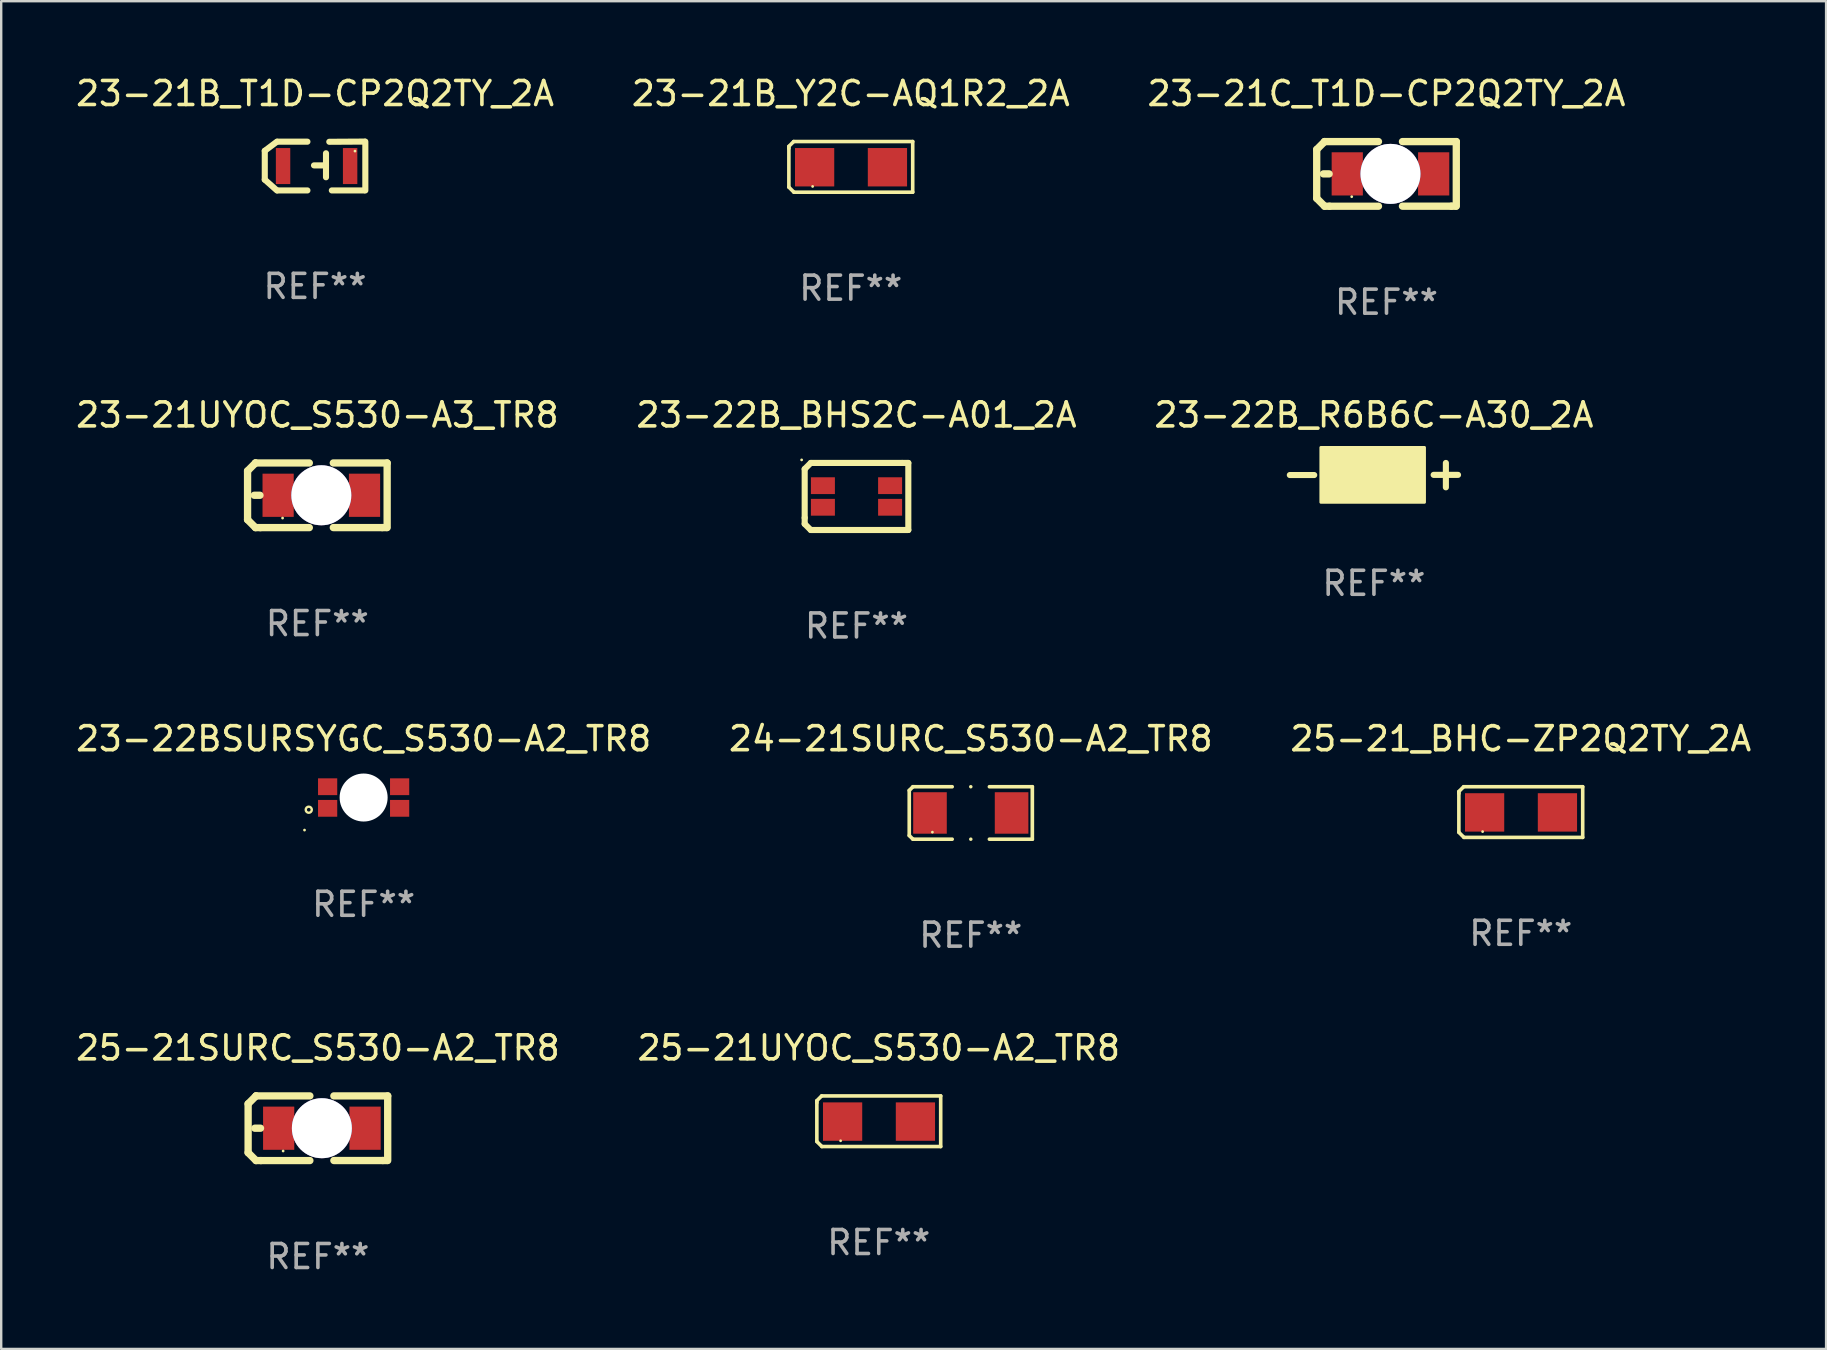
<source format=kicad_pcb>
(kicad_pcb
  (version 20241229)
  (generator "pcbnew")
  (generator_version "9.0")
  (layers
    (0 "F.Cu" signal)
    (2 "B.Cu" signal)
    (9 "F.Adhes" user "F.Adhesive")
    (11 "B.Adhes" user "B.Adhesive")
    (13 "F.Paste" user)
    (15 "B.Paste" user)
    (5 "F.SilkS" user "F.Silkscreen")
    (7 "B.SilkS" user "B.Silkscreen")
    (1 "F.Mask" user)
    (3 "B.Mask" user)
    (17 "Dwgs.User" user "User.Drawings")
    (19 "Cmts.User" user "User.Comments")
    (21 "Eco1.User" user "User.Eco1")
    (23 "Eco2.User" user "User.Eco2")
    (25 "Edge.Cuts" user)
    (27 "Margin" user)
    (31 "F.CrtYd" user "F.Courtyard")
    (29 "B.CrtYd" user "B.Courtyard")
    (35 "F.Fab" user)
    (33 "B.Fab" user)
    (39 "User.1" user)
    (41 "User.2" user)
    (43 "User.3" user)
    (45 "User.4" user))
  (footprint "24-21SURC_S530-A2_TR8"
    (layer "F.Cu")
    (at 37.399 30.823)
    (property "Reference" "24-21SURC_S530-A2_TR8" (at 0 -3.093 0) (layer "F.SilkS") (effects (font (size 1 1) (thickness 0.15))))
    (attr through_hole)
    (fp_line (start -2.564 -0.94) (end -2.411 -1.093) (stroke (width 0.152) (type solid)) (layer "F.SilkS"))
    (fp_line (start -2.564 0.94) (end -2.564 -0.94) (stroke (width 0.152) (type solid)) (layer "F.SilkS"))
    (fp_line (start -2.411 -1.093) (end -0.776 -1.093) (stroke (width 0.152) (type solid)) (layer "F.SilkS"))
    (fp_line (start -2.411 1.093) (end -2.564 0.94) (stroke (width 0.152) (type solid)) (layer "F.SilkS"))
    (fp_line (start -0.776 1.093) (end -2.411 1.093) (stroke (width 0.152) (type solid)) (layer "F.SilkS"))
    (fp_line (start 0.776 1.093) (end 2.564 1.093) (stroke (width 0.152) (type solid)) (layer "F.SilkS"))
    (fp_line (start 2.564 -1.093) (end 0.776 -1.093) (stroke (width 0.152) (type solid)) (layer "F.SilkS"))
    (fp_line (start 2.564 1.093) (end 2.564 -1.093) (stroke (width 0.152) (type solid)) (layer "F.SilkS"))
    (fp_circle (center -1.6 0.8) (end -1.57 0.8) (stroke (width 0.06) (type solid)) (fill no) (layer "F.SilkS"))
    (fp_circle (center 0 -1.093) (end 0.038 -1.093) (stroke (width 0.076) (type solid)) (fill no) (layer "F.SilkS"))
    (fp_circle (center 0 1.093) (end 0.038 1.093) (stroke (width 0.076) (type solid)) (fill no) (layer "F.SilkS"))
    (fp_text user "REF**" (at 0 5.093 0) (layer "F.Fab") (effects (font (size 1 1) (thickness 0.15))))
    (pad "1" smd rect (at -1.7 0) (size 1.4 1.728) (layers "F.Cu" "F.Mask" "F.Paste"))
    (pad "2" smd rect (at 1.7 0) (size 1.4 1.728) (layers "F.Cu" "F.Mask" "F.Paste")))
  (footprint "23-22B_R6B6C-A30_2A"
    (layer "F.Cu")
    (at 54.196 16.747)
    (property "Reference" "23-22B_R6B6C-A30_2A" (at 0 -2.508 0) (layer "F.SilkS") (effects (font (size 1 1) (thickness 0.15))))
    (attr through_hole)
    (fp_line (start -3.504 -0.004) (end -2.488 -0.004) (stroke (width 0.254) (type solid)) (layer "F.SilkS"))
    (fp_line (start 2.488 -0.011) (end 3.504 -0.011) (stroke (width 0.254) (type solid)) (layer "F.SilkS"))
    (fp_line (start 2.998 0.508) (end 2.998 -0.508) (stroke (width 0.254) (type solid)) (layer "F.SilkS"))
    (fp_circle (center 1.548 0.614) (end 1.578 0.614) (stroke (width 0.06) (type solid)) (fill no) (layer "F.SilkS"))
    (fp_poly (pts (xy -2.211 -1.154) (xy 2.107 -1.154) (xy 2.107 1.132) (xy -2.211 1.132)) (stroke (width 0.12) (type solid)) (fill yes) (layer "F.SilkS"))
    (fp_text user "REF**" (at 0 4.508 0) (layer "F.Fab") (effects (font (size 1 1) (thickness 0.15))))
    (pad "1" smd rect (at 1.373 0.419) (size 0.85 0.62) (layers "F.Cu" "F.Mask" "F.Paste"))
    (pad "2" smd rect (at -1.477 0.419) (size 0.85 0.62) (layers "F.Cu" "F.Mask" "F.Paste"))
    (pad "3" smd rect (at 1.373 -0.441) (size 0.85 0.62) (layers "F.Cu" "F.Mask" "F.Paste"))
    (pad "4" smd rect (at -1.477 -0.441) (size 0.85 0.62) (layers "F.Cu" "F.Mask" "F.Paste")))
  (footprint "25-21SURC_S530-A2_TR8"
    (layer "F.Cu")
    (at 10.196 43.959)
    (property "Reference" "25-21SURC_S530-A2_TR8" (at 0 -3.347 0) (layer "F.SilkS") (effects (font (size 1 1) (thickness 0.15))))
    (attr through_hole)
    (fp_line (start -2.908 -1.017) (end -2.908 1.017) (stroke (width 0.305) (type solid)) (layer "F.SilkS"))
    (fp_line (start -2.908 1.017) (end -2.578 1.347) (stroke (width 0.305) (type solid)) (layer "F.SilkS"))
    (fp_line (start -2.629 -0.001) (end -2.391 -0.001) (stroke (width 0.305) (type solid)) (layer "F.SilkS"))
    (fp_line (start -2.578 -1.347) (end -2.908 -1.017) (stroke (width 0.305) (type solid)) (layer "F.SilkS"))
    (fp_line (start -2.578 -1.347) (end -2.578 -1.347) (stroke (width 0.305) (type solid)) (layer "F.SilkS"))
    (fp_line (start -2.578 -1.347) (end -0.335 -1.347) (stroke (width 0.305) (type solid)) (layer "F.SilkS"))
    (fp_line (start -2.578 1.347) (end -2.375 1.347) (stroke (width 0.305) (type solid)) (layer "F.SilkS"))
    (fp_line (start -2.375 1.347) (end -0.335 1.347) (stroke (width 0.305) (type solid)) (layer "F.SilkS"))
    (fp_line (start 0.394 -0.678) (end 0.394 0.642) (stroke (width 0.305) (type solid)) (layer "F.SilkS"))
    (fp_line (start 0.394 -0.001) (end -0.343 -0.001) (stroke (width 0.305) (type solid)) (layer "F.SilkS"))
    (fp_line (start 2.705 1.345) (end 0.665 1.345) (stroke (width 0.305) (type solid)) (layer "F.SilkS"))
    (fp_line (start 2.883 1.345) (end 2.705 1.345) (stroke (width 0.305) (type solid)) (layer "F.SilkS"))
    (fp_line (start 2.908 -1.347) (end 0.665 -1.347) (stroke (width 0.305) (type solid)) (layer "F.SilkS"))
    (fp_line (start 2.908 -1.347) (end 2.908 1.345) (stroke (width 0.305) (type solid)) (layer "F.SilkS"))
    (fp_circle (center -1.449 0.949) (end -1.419 0.949) (stroke (width 0.06) (type solid)) (fill no) (layer "F.SilkS"))
    (fp_text user "REF**" (at 0 5.347 0) (layer "F.Fab") (effects (font (size 1 1) (thickness 0.15))))
    (pad "1" smd rect (at -1.635 -0.001 180) (size 1.3 1.8) (layers "F.Cu" "F.Mask" "F.Paste"))
    (pad "2" smd rect (at 1.965 -0.001) (size 1.3 1.8) (layers "F.Cu" "F.Mask" "F.Paste"))
    (pad "3" thru_hole circle (at 0.165 -0.001) (size 2.5 2.5) (drill 2.5) (layers "*.Cu" "*.Mask")))
  (footprint "23-21C_T1D-CP2Q2TY_2A"
    (layer "F.Cu")
    (at 54.72 4.196)
    (property "Reference" "23-21C_T1D-CP2Q2TY_2A" (at 0 -3.347 0) (layer "F.SilkS") (effects (font (size 1 1) (thickness 0.15))))
    (attr through_hole)
    (fp_line (start -2.908 -1.017) (end -2.908 1.017) (stroke (width 0.305) (type solid)) (layer "F.SilkS"))
    (fp_line (start -2.908 1.017) (end -2.578 1.347) (stroke (width 0.305) (type solid)) (layer "F.SilkS"))
    (fp_line (start -2.629 -0.001) (end -2.391 -0.001) (stroke (width 0.305) (type solid)) (layer "F.SilkS"))
    (fp_line (start -2.578 -1.347) (end -2.908 -1.017) (stroke (width 0.305) (type solid)) (layer "F.SilkS"))
    (fp_line (start -2.578 -1.347) (end -2.578 -1.347) (stroke (width 0.305) (type solid)) (layer "F.SilkS"))
    (fp_line (start -2.578 -1.347) (end -0.335 -1.347) (stroke (width 0.305) (type solid)) (layer "F.SilkS"))
    (fp_line (start -2.578 1.347) (end -2.375 1.347) (stroke (width 0.305) (type solid)) (layer "F.SilkS"))
    (fp_line (start -2.375 1.347) (end -0.335 1.347) (stroke (width 0.305) (type solid)) (layer "F.SilkS"))
    (fp_line (start 0.394 -0.678) (end 0.394 0.642) (stroke (width 0.305) (type solid)) (layer "F.SilkS"))
    (fp_line (start 0.394 -0.001) (end -0.343 -0.001) (stroke (width 0.305) (type solid)) (layer "F.SilkS"))
    (fp_line (start 2.705 1.345) (end 0.665 1.345) (stroke (width 0.305) (type solid)) (layer "F.SilkS"))
    (fp_line (start 2.883 1.345) (end 2.705 1.345) (stroke (width 0.305) (type solid)) (layer "F.SilkS"))
    (fp_line (start 2.908 -1.347) (end 0.665 -1.347) (stroke (width 0.305) (type solid)) (layer "F.SilkS"))
    (fp_line (start 2.908 -1.347) (end 2.908 1.345) (stroke (width 0.305) (type solid)) (layer "F.SilkS"))
    (fp_circle (center -1.449 0.949) (end -1.419 0.949) (stroke (width 0.06) (type solid)) (fill no) (layer "F.SilkS"))
    (fp_text user "REF**" (at 0 5.347 0) (layer "F.Fab") (effects (font (size 1 1) (thickness 0.15))))
    (pad "1" smd rect (at -1.635 -0.001 180) (size 1.3 1.8) (layers "F.Cu" "F.Mask" "F.Paste"))
    (pad "2" smd rect (at 1.965 -0.001) (size 1.3 1.8) (layers "F.Cu" "F.Mask" "F.Paste"))
    (pad "3" thru_hole circle (at 0.165 -0.001) (size 2.5 2.5) (drill 2.5) (layers "*.Cu" "*.Mask")))
  (footprint "23-21B_T1D-CP2Q2TY_2A"
    (layer "F.Cu")
    (at 10.077 3.867)
    (property "Reference" "23-21B_T1D-CP2Q2TY_2A" (at 0 -3.018 0) (layer "F.SilkS") (effects (font (size 1 1) (thickness 0.15))))
    (attr through_hole)
    (fp_line (start -2.095 -0.633) (end -2.095 0.568) (stroke (width 0.254) (type solid)) (layer "F.SilkS"))
    (fp_line (start -1.588 -1.014) (end -2.095 -0.633) (stroke (width 0.254) (type solid)) (layer "F.SilkS"))
    (fp_line (start -1.588 1.018) (end -2.095 0.568) (stroke (width 0.254) (type solid)) (layer "F.SilkS"))
    (fp_line (start -0.318 -1.014) (end -1.568 -1.014) (stroke (width 0.254) (type solid)) (layer "F.SilkS"))
    (fp_line (start -0.318 1.018) (end -1.568 1.018) (stroke (width 0.254) (type solid)) (layer "F.SilkS"))
    (fp_line (start 0.456 -0.531) (end 0.456 0.469) (stroke (width 0.254) (type solid)) (layer "F.SilkS"))
    (fp_line (start 0.456 -0.026) (end -0.044 -0.026) (stroke (width 0.254) (type solid)) (layer "F.SilkS"))
    (fp_line (start 0.593 -1.009) (end 2.074 -1.018) (stroke (width 0.254) (type solid)) (layer "F.SilkS"))
    (fp_line (start 0.699 1.018) (end 2.039 1.018) (stroke (width 0.254) (type solid)) (layer "F.SilkS"))
    (fp_line (start 2.095 -1.014) (end 2.095 1.018) (stroke (width 0.254) (type solid)) (layer "F.SilkS"))
    (fp_circle (center 1.664 -0.622) (end 1.694 -0.622) (stroke (width 0.06) (type solid)) (fill no) (layer "F.SilkS"))
    (fp_text user "REF**" (at 0 5.018 0) (layer "F.Fab") (effects (font (size 1 1) (thickness 0.15))))
    (pad "1" smd rect (at 1.461 0.002 90) (size 1.5 0.6) (layers "F.Cu" "F.Mask" "F.Paste"))
    (pad "2" smd rect (at -1.333 0.002 90) (size 1.5 0.6) (layers "F.Cu" "F.Mask" "F.Paste")))
  (footprint "23-22B_BHS2C-A01_2A"
    (layer "F.Cu")
    (at 32.637 17.636)
    (property "Reference" "23-22B_BHS2C-A01_2A" (at 0 -3.397 0) (layer "F.SilkS") (effects (font (size 1 1) (thickness 0.15))))
    (attr through_hole)
    (fp_line (start -2.159 -1.143) (end -2.159 0.889) (stroke (width 0.254) (type solid)) (layer "F.SilkS"))
    (fp_line (start -2.159 0.889) (end -2.159 1.143) (stroke (width 0.254) (type solid)) (layer "F.SilkS"))
    (fp_line (start -2.159 1.143) (end -1.905 1.397) (stroke (width 0.254) (type solid)) (layer "F.SilkS"))
    (fp_line (start -1.905 -1.397) (end -2.159 -1.143) (stroke (width 0.254) (type solid)) (layer "F.SilkS"))
    (fp_line (start -1.905 1.397) (end 2.159 1.397) (stroke (width 0.254) (type solid)) (layer "F.SilkS"))
    (fp_line (start 1.905 -1.397) (end -1.905 -1.397) (stroke (width 0.254) (type solid)) (layer "F.SilkS"))
    (fp_line (start 2.159 -1.397) (end 1.905 -1.397) (stroke (width 0.254) (type solid)) (layer "F.SilkS"))
    (fp_line (start 2.159 1.397) (end 2.159 -1.397) (stroke (width 0.254) (type solid)) (layer "F.SilkS"))
    (fp_circle (center -2.286 -1.524) (end -2.256 -1.524) (stroke (width 0.06) (type solid)) (fill no) (layer "F.SilkS"))
    (fp_text user "REF**" (at 0 5.397 0) (layer "F.Fab") (effects (font (size 1 1) (thickness 0.15))))
    (pad "1" smd rect (at -1.4 -0.45) (size 1 0.7) (layers "F.Cu" "F.Mask" "F.Paste"))
    (pad "2" smd rect (at -1.4 0.45) (size 1 0.7) (layers "F.Cu" "F.Mask" "F.Paste"))
    (pad "3" smd rect (at 1.4 0.45) (size 1 0.7) (layers "F.Cu" "F.Mask" "F.Paste"))
    (pad "4" smd rect (at 1.4 -0.45) (size 1 0.7) (layers "F.Cu" "F.Mask" "F.Paste")))
  (footprint "23-21UYOC_S530-A3_TR8"
    (layer "F.Cu")
    (at 10.173 17.587)
    (property "Reference" "23-21UYOC_S530-A3_TR8" (at 0 -3.347 0) (layer "F.SilkS") (effects (font (size 1 1) (thickness 0.15))))
    (attr through_hole)
    (fp_line (start -2.908 -1.017) (end -2.908 1.017) (stroke (width 0.305) (type solid)) (layer "F.SilkS"))
    (fp_line (start -2.908 1.017) (end -2.578 1.347) (stroke (width 0.305) (type solid)) (layer "F.SilkS"))
    (fp_line (start -2.629 -0.001) (end -2.391 -0.001) (stroke (width 0.305) (type solid)) (layer "F.SilkS"))
    (fp_line (start -2.578 -1.347) (end -2.908 -1.017) (stroke (width 0.305) (type solid)) (layer "F.SilkS"))
    (fp_line (start -2.578 -1.347) (end -2.578 -1.347) (stroke (width 0.305) (type solid)) (layer "F.SilkS"))
    (fp_line (start -2.578 -1.347) (end -0.335 -1.347) (stroke (width 0.305) (type solid)) (layer "F.SilkS"))
    (fp_line (start -2.578 1.347) (end -2.375 1.347) (stroke (width 0.305) (type solid)) (layer "F.SilkS"))
    (fp_line (start -2.375 1.347) (end -0.335 1.347) (stroke (width 0.305) (type solid)) (layer "F.SilkS"))
    (fp_line (start 0.394 -0.678) (end 0.394 0.642) (stroke (width 0.305) (type solid)) (layer "F.SilkS"))
    (fp_line (start 0.394 -0.001) (end -0.343 -0.001) (stroke (width 0.305) (type solid)) (layer "F.SilkS"))
    (fp_line (start 2.705 1.345) (end 0.665 1.345) (stroke (width 0.305) (type solid)) (layer "F.SilkS"))
    (fp_line (start 2.883 1.345) (end 2.705 1.345) (stroke (width 0.305) (type solid)) (layer "F.SilkS"))
    (fp_line (start 2.908 -1.347) (end 0.665 -1.347) (stroke (width 0.305) (type solid)) (layer "F.SilkS"))
    (fp_line (start 2.908 -1.347) (end 2.908 1.345) (stroke (width 0.305) (type solid)) (layer "F.SilkS"))
    (fp_circle (center -1.449 0.949) (end -1.419 0.949) (stroke (width 0.06) (type solid)) (fill no) (layer "F.SilkS"))
    (fp_text user "REF**" (at 0 5.347 0) (layer "F.Fab") (effects (font (size 1 1) (thickness 0.15))))
    (pad "1" smd rect (at -1.635 -0.001 180) (size 1.3 1.8) (layers "F.Cu" "F.Mask" "F.Paste"))
    (pad "2" smd rect (at 1.965 -0.001) (size 1.3 1.8) (layers "F.Cu" "F.Mask" "F.Paste"))
    (pad "3" thru_hole circle (at 0.165 -0.001) (size 2.5 2.5) (drill 2.5) (layers "*.Cu" "*.Mask")))
  (footprint "23-22BSURSYGC_S530-A2_TR8"
    (layer "F.Cu")
    (at 12.101 30.18)
    (property "Reference" "23-22BSURSYGC_S530-A2_TR8" (at 0 -2.45 0) (layer "F.SilkS") (effects (font (size 1 1) (thickness 0.15))))
    (attr through_hole)
    (fp_circle (center -2.463 1.356) (end -2.433 1.356) (stroke (width 0.06) (type solid)) (fill no) (layer "F.SilkS"))
    (fp_circle (center -2.286 0.508) (end -2.159 0.508) (stroke (width 0.1) (type solid)) (fill no) (layer "F.SilkS"))
    (fp_text user "REF**" (at 0 4.45 0) (layer "F.Fab") (effects (font (size 1 1) (thickness 0.15))))
    (pad "" np_thru_hole circle (at -0.000127 0) (size 2 2) (drill 2) (layers "*.Cu" "*.Mask"))
    (pad "1" smd rect (at -1.5 0.45) (size 0.8 0.7) (layers "F.Cu" "F.Mask" "F.Paste"))
    (pad "2" smd rect (at -1.5 -0.45) (size 0.8 0.7) (layers "F.Cu" "F.Mask" "F.Paste"))
    (pad "3" smd rect (at 1.5 -0.45) (size 0.8 0.7) (layers "F.Cu" "F.Mask" "F.Paste"))
    (pad "4" smd rect (at 1.5 0.45) (size 0.8 0.7) (layers "F.Cu" "F.Mask" "F.Paste")))
  (footprint "23-21B_Y2C-AQ1R2_2A"
    (layer "F.Cu")
    (at 32.399 3.903)
    (property "Reference" "23-21B_Y2C-AQ1R2_2A" (at 0 -3.055 0) (layer "F.SilkS") (effects (font (size 1 1) (thickness 0.15))))
    (attr through_hole)
    (fp_line (start -2.58 -0.855) (end -2.38 -1.055) (stroke (width 0.15) (type solid)) (layer "F.SilkS"))
    (fp_line (start -2.58 -0.775) (end -2.58 -0.855) (stroke (width 0.15) (type solid)) (layer "F.SilkS"))
    (fp_line (start -2.58 -0.775) (end -2.58 0.845) (stroke (width 0.15) (type solid)) (layer "F.SilkS"))
    (fp_line (start -2.58 0.845) (end -2.37 1.055) (stroke (width 0.15) (type solid)) (layer "F.SilkS"))
    (fp_line (start -2.38 -1.055) (end 2.58 -1.055) (stroke (width 0.15) (type solid)) (layer "F.SilkS"))
    (fp_line (start 2.58 -1.055) (end 2.58 1.055) (stroke (width 0.15) (type solid)) (layer "F.SilkS"))
    (fp_line (start 2.58 1.055) (end -2.37 1.055) (stroke (width 0.15) (type solid)) (layer "F.SilkS"))
    (fp_circle (center -1.59 0.815) (end -1.56 0.815) (stroke (width 0.06) (type solid)) (fill no) (layer "F.SilkS"))
    (fp_text user "REF**" (at 0 5.055 0) (layer "F.Fab") (effects (font (size 1 1) (thickness 0.15))))
    (pad "1" smd rect (at -1.507 0.015) (size 1.635 1.6) (layers "F.Cu" "F.Mask" "F.Paste"))
    (pad "2" smd rect (at 1.527 0.015) (size 1.635 1.6) (layers "F.Cu" "F.Mask" "F.Paste")))
  (footprint "25-21UYOC_S530-A2_TR8"
    (layer "F.Cu")
    (at 33.565 43.667)
    (property "Reference" "25-21UYOC_S530-A2_TR8" (at 0 -3.055 0) (layer "F.SilkS") (effects (font (size 1 1) (thickness 0.15))))
    (attr through_hole)
    (fp_line (start -2.58 -0.855) (end -2.38 -1.055) (stroke (width 0.15) (type solid)) (layer "F.SilkS"))
    (fp_line (start -2.58 -0.775) (end -2.58 -0.855) (stroke (width 0.15) (type solid)) (layer "F.SilkS"))
    (fp_line (start -2.58 -0.775) (end -2.58 0.845) (stroke (width 0.15) (type solid)) (layer "F.SilkS"))
    (fp_line (start -2.58 0.845) (end -2.37 1.055) (stroke (width 0.15) (type solid)) (layer "F.SilkS"))
    (fp_line (start -2.38 -1.055) (end 2.58 -1.055) (stroke (width 0.15) (type solid)) (layer "F.SilkS"))
    (fp_line (start 2.58 -1.055) (end 2.58 1.055) (stroke (width 0.15) (type solid)) (layer "F.SilkS"))
    (fp_line (start 2.58 1.055) (end -2.37 1.055) (stroke (width 0.15) (type solid)) (layer "F.SilkS"))
    (fp_circle (center -1.59 0.815) (end -1.56 0.815) (stroke (width 0.06) (type solid)) (fill no) (layer "F.SilkS"))
    (fp_text user "REF**" (at 0 5.055 0) (layer "F.Fab") (effects (font (size 1 1) (thickness 0.15))))
    (pad "1" smd rect (at -1.507 0.015) (size 1.635 1.6) (layers "F.Cu" "F.Mask" "F.Paste"))
    (pad "2" smd rect (at 1.527 0.015) (size 1.635 1.6) (layers "F.Cu" "F.Mask" "F.Paste")))
  (footprint "25-21_BHC-ZP2Q2TY_2A"
    (layer "F.Cu")
    (at 60.315 30.785)
    (property "Reference" "25-21_BHC-ZP2Q2TY_2A" (at 0 -3.055 0) (layer "F.SilkS") (effects (font (size 1 1) (thickness 0.15))))
    (attr through_hole)
    (fp_line (start -2.58 -0.855) (end -2.38 -1.055) (stroke (width 0.15) (type solid)) (layer "F.SilkS"))
    (fp_line (start -2.58 -0.775) (end -2.58 -0.855) (stroke (width 0.15) (type solid)) (layer "F.SilkS"))
    (fp_line (start -2.58 -0.775) (end -2.58 0.845) (stroke (width 0.15) (type solid)) (layer "F.SilkS"))
    (fp_line (start -2.58 0.845) (end -2.37 1.055) (stroke (width 0.15) (type solid)) (layer "F.SilkS"))
    (fp_line (start -2.38 -1.055) (end 2.58 -1.055) (stroke (width 0.15) (type solid)) (layer "F.SilkS"))
    (fp_line (start 2.58 -1.055) (end 2.58 1.055) (stroke (width 0.15) (type solid)) (layer "F.SilkS"))
    (fp_line (start 2.58 1.055) (end -2.37 1.055) (stroke (width 0.15) (type solid)) (layer "F.SilkS"))
    (fp_circle (center -1.59 0.815) (end -1.56 0.815) (stroke (width 0.06) (type solid)) (fill no) (layer "F.SilkS"))
    (fp_text user "REF**" (at 0 5.055 0) (layer "F.Fab") (effects (font (size 1 1) (thickness 0.15))))
    (pad "1" smd rect (at -1.507 0.015) (size 1.635 1.6) (layers "F.Cu" "F.Mask" "F.Paste"))
    (pad "2" smd rect (at 1.527 0.015) (size 1.635 1.6) (layers "F.Cu" "F.Mask" "F.Paste")))
  (gr_rect
    (start -3 -3)
    (end 73.036 53.155)
    (stroke (width 0.1) (type default))
    (fill no)
    (layer "Edge.Cuts")))
</source>
